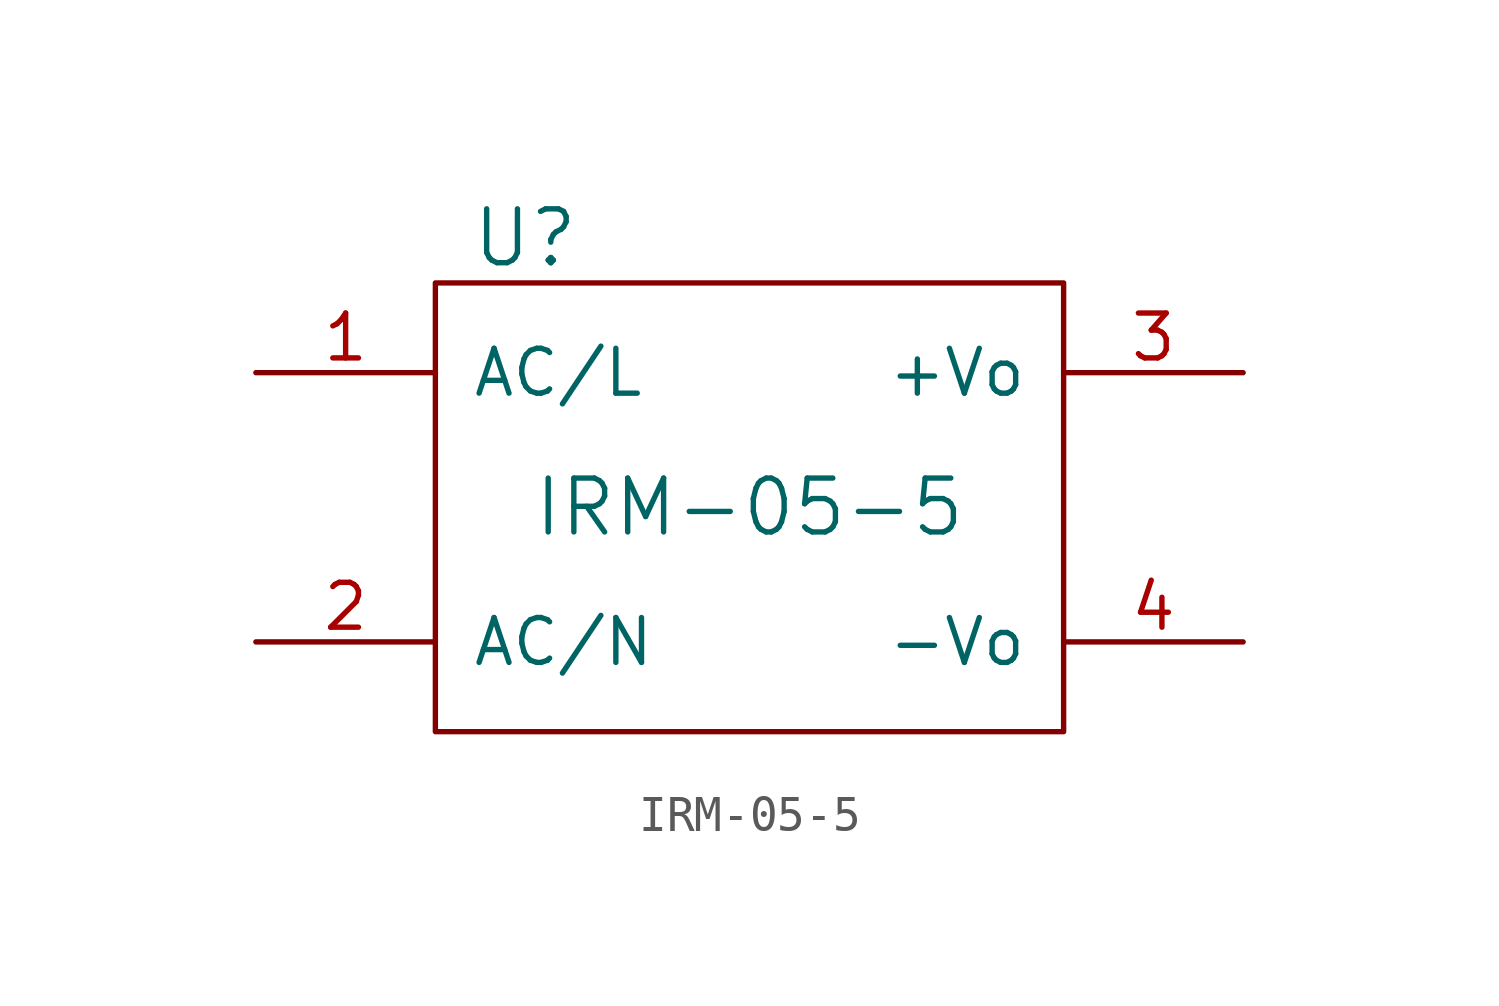
<source format=kicad_sym>
(kicad_symbol_lib
  (version 20211014)
  (generator kicad_symbol_editor)
  (symbol "IRM-05-5"
    (pin_names
      (offset 1.016))
    (property "Reference" "U"
      (at -6.35 7.62 0)
      (effects (font (size 1.524 1.524))))
    (property "Value" "IRM-05-5"
      (at 0 0 0)
      (effects (font (size 1.524 1.524))))
    (symbol "IRM-05-5_0_1"
      (rectangle (start -8.89 6.35) (end 8.89 -6.35) (stroke (width 0) (type default) (color 0 0 0 0)) (fill (type none))))
    (symbol "IRM-05-5_1_1"
      (pin power_in line (at -13.97 3.81 0) (length 5.08) (name "AC/L" (effects (font (size 1.27 1.27)))) (number "1" (effects (font (size 1.27 1.27)))))
      (pin power_in line (at -13.97 -3.81 0) (length 5.08) (name "AC/N" (effects (font (size 1.27 1.27)))) (number "2" (effects (font (size 1.27 1.27)))))
      (pin power_out line (at 13.97 3.81 180) (length 5.08) (name "+Vo" (effects (font (size 1.27 1.27)))) (number "3" (effects (font (size 1.27 1.27)))))
      (pin power_out line (at 13.97 -3.81 180) (length 5.08) (name "-Vo" (effects (font (size 1.27 1.27)))) (number "4" (effects (font (size 1.27 1.27))))))))
</source>
